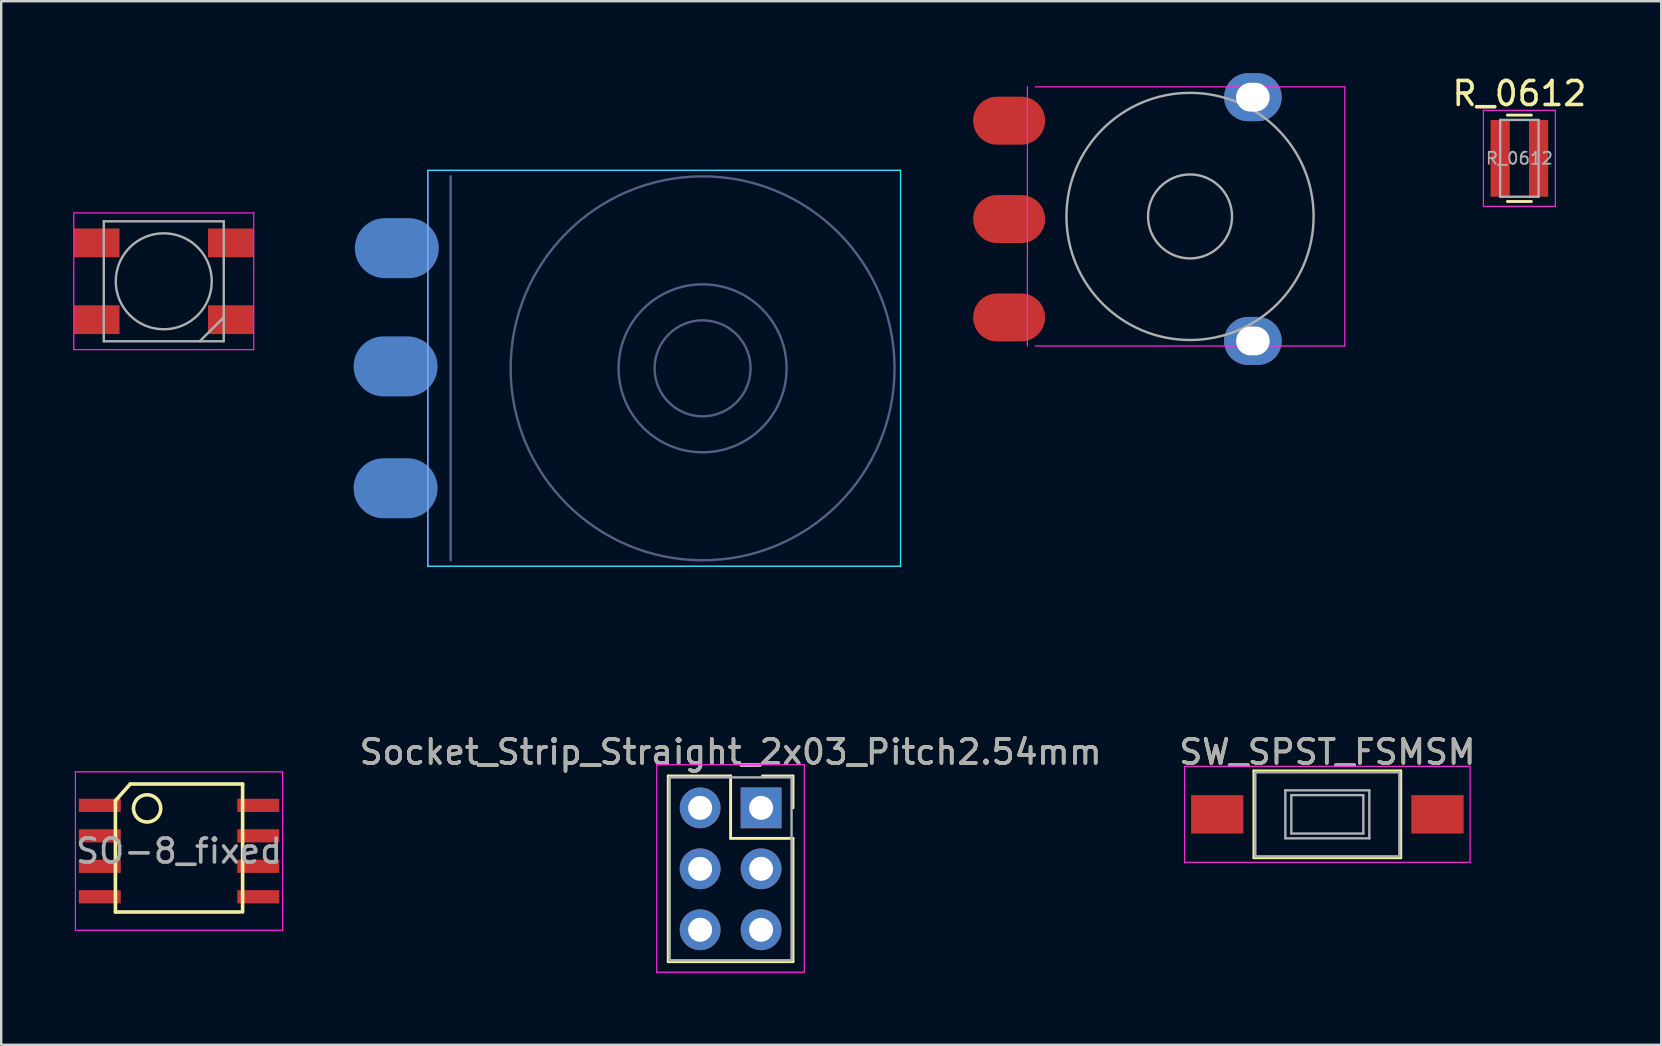
<source format=kicad_pcb>
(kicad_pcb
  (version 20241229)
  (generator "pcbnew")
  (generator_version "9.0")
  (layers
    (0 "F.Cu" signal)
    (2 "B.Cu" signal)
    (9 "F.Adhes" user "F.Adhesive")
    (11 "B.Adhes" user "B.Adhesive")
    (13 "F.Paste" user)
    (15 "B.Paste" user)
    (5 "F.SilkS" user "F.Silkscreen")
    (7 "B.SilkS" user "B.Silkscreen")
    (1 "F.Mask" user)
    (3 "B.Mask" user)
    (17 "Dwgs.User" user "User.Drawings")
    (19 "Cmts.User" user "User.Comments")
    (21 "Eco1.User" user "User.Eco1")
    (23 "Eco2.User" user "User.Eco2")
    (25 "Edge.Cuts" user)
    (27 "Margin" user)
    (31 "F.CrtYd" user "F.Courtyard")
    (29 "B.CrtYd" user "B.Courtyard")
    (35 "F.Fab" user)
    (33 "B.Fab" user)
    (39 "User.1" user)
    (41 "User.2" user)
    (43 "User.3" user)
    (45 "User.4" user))
  (footprint "Socket_Strip_Straight_2x03_Pitch2.54mm"
    (layer "F.Cu")
    (at 28.669 30.619)
    (property "Reference" "Socket_Strip_Straight_2x03_Pitch2.54mm" (at -1.27 -2.33 0) (layer "F.SilkS") (effects (font (size 1 1) (thickness 0.15))))
    (attr through_hole)
    (fp_line (start -3.87 -1.33) (end -1.27 -1.33) (stroke (width 0.12) (type solid)) (layer "F.SilkS"))
    (fp_line (start -3.87 6.41) (end -3.87 -1.33) (stroke (width 0.12) (type solid)) (layer "F.SilkS"))
    (fp_line (start -1.27 -1.33) (end -1.27 1.27) (stroke (width 0.12) (type solid)) (layer "F.SilkS"))
    (fp_line (start -1.27 1.27) (end 1.33 1.27) (stroke (width 0.12) (type solid)) (layer "F.SilkS"))
    (fp_line (start 1.33 -1.33) (end 0.06 -1.33) (stroke (width 0.12) (type solid)) (layer "F.SilkS"))
    (fp_line (start 1.33 0) (end 1.33 -1.33) (stroke (width 0.12) (type solid)) (layer "F.SilkS"))
    (fp_line (start 1.33 1.27) (end 1.33 6.41) (stroke (width 0.12) (type solid)) (layer "F.SilkS"))
    (fp_line (start 1.33 6.41) (end -3.87 6.41) (stroke (width 0.12) (type solid)) (layer "F.SilkS"))
    (fp_line (start -4.35 -1.8) (end -4.35 6.85) (stroke (width 0.05) (type solid)) (layer "F.CrtYd"))
    (fp_line (start -4.35 6.85) (end 1.8 6.85) (stroke (width 0.05) (type solid)) (layer "F.CrtYd"))
    (fp_line (start 1.8 -1.8) (end -4.35 -1.8) (stroke (width 0.05) (type solid)) (layer "F.CrtYd"))
    (fp_line (start 1.8 6.85) (end 1.8 -1.8) (stroke (width 0.05) (type solid)) (layer "F.CrtYd"))
    (fp_line (start -3.81 -1.27) (end -3.81 6.35) (stroke (width 0.1) (type solid)) (layer "F.Fab"))
    (fp_line (start -3.81 6.35) (end 1.27 6.35) (stroke (width 0.1) (type solid)) (layer "F.Fab"))
    (fp_line (start 1.27 -1.27) (end -3.81 -1.27) (stroke (width 0.1) (type solid)) (layer "F.Fab"))
    (fp_line (start 1.27 6.35) (end 1.27 -1.27) (stroke (width 0.1) (type solid)) (layer "F.Fab"))
    (fp_text user "${REFERENCE}" (at -1.27 -2.33 0) (layer "F.Fab") (effects (font (size 1 1) (thickness 0.15))))
    (pad "1" thru_hole rect (at 0 0) (size 1.7 1.7) (drill 1) (layers "*.Cu" "*.Mask"))
    (pad "2" thru_hole oval (at -2.54 0) (size 1.7 1.7) (drill 1) (layers "*.Cu" "*.Mask"))
    (pad "3" thru_hole oval (at 0 2.54) (size 1.7 1.7) (drill 1) (layers "*.Cu" "*.Mask"))
    (pad "4" thru_hole oval (at -2.54 2.54) (size 1.7 1.7) (drill 1) (layers "*.Cu" "*.Mask"))
    (pad "5" thru_hole oval (at 0 5.08) (size 1.7 1.7) (drill 1) (layers "*.Cu" "*.Mask"))
    (pad "6" thru_hole oval (at -2.54 5.08) (size 1.7 1.7) (drill 1) (layers "*.Cu" "*.Mask")))
  (footprint "SO-8_fixed"
    (layer "F.Cu")
    (at 4.411 32.419)
    (property "Reference" "SO-8_fixed" (at 0 -4.13 0) (layer "Eco2.User") (effects (font (size 1 1) (thickness 0.15))))
    (attr smd)
    (fp_line (start -2.65 -2.1) (end -2.032 -2.794) (stroke (width 0.15) (type solid)) (layer "F.SilkS"))
    (fp_line (start -2.65 2.54) (end -2.65 -2.1) (stroke (width 0.15) (type solid)) (layer "F.SilkS"))
    (fp_line (start -2.032 -2.794) (end 2.65 -2.794) (stroke (width 0.15) (type solid)) (layer "F.SilkS"))
    (fp_line (start 2.54 2.54) (end -2.65 2.54) (stroke (width 0.15) (type solid)) (layer "F.SilkS"))
    (fp_line (start 2.65 -2.794) (end 2.65 2.54) (stroke (width 0.15) (type solid)) (layer "F.SilkS"))
    (fp_circle (center -1.33 -1.778) (end -0.822 -1.524) (stroke (width 0.15) (type solid)) (fill no) (layer "F.SilkS"))
    (fp_line (start -4.318 -3.302) (end -4.318 3.302) (stroke (width 0.05) (type solid)) (layer "F.CrtYd"))
    (fp_line (start -4.318 -3.302) (end 4.318 -3.302) (stroke (width 0.05) (type solid)) (layer "F.CrtYd"))
    (fp_line (start -4.318 3.302) (end 4.318 3.302) (stroke (width 0.05) (type solid)) (layer "F.CrtYd"))
    (fp_line (start 4.318 -3.302) (end 4.318 3.302) (stroke (width 0.05) (type solid)) (layer "F.CrtYd"))
    (fp_text user "${REFERENCE}" (at 0 0 0) (layer "F.Fab") (effects (font (size 1 1) (thickness 0.15))))
    (pad "1" smd rect (at -3.302 -1.905) (size 1.75 0.55) (layers "F.Cu" "F.Mask" "F.Paste"))
    (pad "2" smd rect (at -3.302 -0.635) (size 1.75 0.55) (layers "F.Cu" "F.Mask" "F.Paste"))
    (pad "3" smd rect (at -3.302 0.635) (size 1.75 0.55) (layers "F.Cu" "F.Mask" "F.Paste"))
    (pad "4" smd rect (at -3.302 1.905) (size 1.75 0.55) (layers "F.Cu" "F.Mask" "F.Paste"))
    (pad "5" smd rect (at 3.302 1.905) (size 1.75 0.55) (layers "F.Cu" "F.Mask" "F.Paste"))
    (pad "6" smd rect (at 3.302 0.635) (size 1.75 0.55) (layers "F.Cu" "F.Mask" "F.Paste"))
    (pad "7" smd rect (at 3.302 -0.635) (size 1.75 0.55) (layers "F.Cu" "F.Mask" "F.Paste"))
    (pad "8" smd rect (at 3.302 -1.905) (size 1.75 0.55) (layers "F.Cu" "F.Mask" "F.Paste")))
  (footprint "Potentiometer_backPads_noHole"
    (layer "F.Cu")
    (at 16.231 17.3)
    (property "Reference" "Potentiometer_backPads_noHole" (at 15.24 -5.08 90) (layer "Eco2.User") (effects (font (size 1 1) (thickness 0.15))))
    (attr through_hole)
    (fp_line (start -1.45 -13.25) (end -1.45 3.25) (stroke (width 0.05) (type solid)) (layer "B.CrtYd"))
    (fp_line (start -1.45 3.25) (end 18.25 3.25) (stroke (width 0.05) (type solid)) (layer "B.CrtYd"))
    (fp_line (start 18.25 -13.25) (end -1.45 -13.25) (stroke (width 0.05) (type solid)) (layer "B.CrtYd"))
    (fp_line (start 18.25 3.25) (end 18.25 -13.25) (stroke (width 0.05) (type solid)) (layer "B.CrtYd"))
    (fp_line (start -1.45 -13.25) (end -1.45 3.25) (stroke (width 0.05) (type solid)) (layer "F.CrtYd"))
    (fp_line (start -1.45 3.25) (end 18.25 3.25) (stroke (width 0.05) (type solid)) (layer "F.CrtYd"))
    (fp_line (start 18.25 -13.25) (end -1.45 -13.25) (stroke (width 0.05) (type solid)) (layer "F.CrtYd"))
    (fp_line (start 18.25 3.25) (end 18.25 -13.25) (stroke (width 0.05) (type solid)) (layer "F.CrtYd"))
    (fp_line (start -0.5 -13) (end -0.5 3) (stroke (width 0.1) (type solid)) (layer "B.Fab"))
    (fp_circle (center 10 -5) (end 12 -5) (stroke (width 0.1) (type solid)) (fill no) (layer "B.Fab"))
    (fp_circle (center 10 -5) (end 13.5 -5) (stroke (width 0.1) (type solid)) (fill no) (layer "B.Fab"))
    (fp_circle (center 10 -5) (end 18 -5) (stroke (width 0.1) (type solid)) (fill no) (layer "B.Fab"))
    (pad "1" smd oval (at -2.794 0) (size 3.5 2.5) (layers "B.Cu" "B.Mask" "B.Paste"))
    (pad "2" smd oval (at -2.794 -5.08) (size 3.5 2.5) (layers "B.Cu" "B.Mask" "B.Paste"))
    (pad "3" smd oval (at -2.743 -10.008) (size 3.5 2.5) (layers "B.Cu" "B.Mask" "B.Paste")))
  (footprint "Potentiometer_wheel"
    (layer "F.Cu")
    (at 46.626 6.08)
    (property "Reference" "Potentiometer_wheel" (at -0.08 -2.54 0) (layer "Eco2.User") (effects (font (size 1 1) (thickness 0.15))))
    (attr through_hole)
    (fp_line (start -6.858 -5.51) (end -6.858 5.29) (stroke (width 0.05) (type solid)) (layer "F.CrtYd"))
    (fp_line (start -6.53 5.29) (end 6.37 5.29) (stroke (width 0.05) (type solid)) (layer "F.CrtYd"))
    (fp_line (start 6.37 -5.51) (end -6.53 -5.51) (stroke (width 0.05) (type solid)) (layer "F.CrtYd"))
    (fp_line (start 6.37 5.29) (end 6.37 -5.51) (stroke (width 0.05) (type solid)) (layer "F.CrtYd"))
    (fp_circle (center -0.08 -0.11) (end 1.67 -0.11) (stroke (width 0.1) (type solid)) (fill no) (layer "F.Fab"))
    (fp_circle (center -0.08 -0.11) (end 5.07 -0.11) (stroke (width 0.1) (type solid)) (fill no) (layer "F.Fab"))
    (pad "" thru_hole oval (at 2.54 -5.08) (size 2.4 2) (drill oval 1.4 1.2) (layers "*.Cu" "*.Mask"))
    (pad "" thru_hole oval (at 2.54 5.08) (size 2.4 2) (drill oval 1.4 1.2) (layers "*.Cu" "*.Mask"))
    (pad "1" smd oval (at -7.62 4.1) (size 3 2) (layers "F.Cu" "F.Mask" "F.Paste"))
    (pad "2" smd oval (at -7.62 0) (size 3 2) (layers "F.Cu" "F.Mask" "F.Paste"))
    (pad "3" smd oval (at -7.62 -4.1) (size 3 2) (layers "F.Cu" "F.Mask" "F.Paste")))
  (footprint "Mixtape_NEO_WS2812B"
    (layer "F.Cu")
    (at 3.775 8.673)
    (property "Reference" "Mixtape_NEO_WS2812B" (at 4.064 0 90) (layer "Eco2.User") (effects (font (size 1 1) (thickness 0.15))))
    (attr smd)
    (fp_line (start -3.75 -2.85) (end -3.75 2.85) (stroke (width 0.05) (type solid)) (layer "F.CrtYd"))
    (fp_line (start -3.75 2.85) (end 3.75 2.85) (stroke (width 0.05) (type solid)) (layer "F.CrtYd"))
    (fp_line (start 3.75 -2.85) (end -3.75 -2.85) (stroke (width 0.05) (type solid)) (layer "F.CrtYd"))
    (fp_line (start 3.75 2.85) (end 3.75 -2.85) (stroke (width 0.05) (type solid)) (layer "F.CrtYd"))
    (fp_line (start -2.5 -2.5) (end -2.5 2.5) (stroke (width 0.1) (type solid)) (layer "F.Fab"))
    (fp_line (start -2.5 2.5) (end 2.5 2.5) (stroke (width 0.1) (type solid)) (layer "F.Fab"))
    (fp_line (start 2.5 -2.5) (end -2.5 -2.5) (stroke (width 0.1) (type solid)) (layer "F.Fab"))
    (fp_line (start 2.5 1.5) (end 1.5 2.5) (stroke (width 0.1) (type solid)) (layer "F.Fab"))
    (fp_line (start 2.5 2.5) (end 2.5 -2.5) (stroke (width 0.1) (type solid)) (layer "F.Fab"))
    (fp_circle (center 0 0) (end 0 -2) (stroke (width 0.1) (type solid)) (fill no) (layer "F.Fab"))
    (pad "1" smd rect (at -2.794 -1.6) (size 1.9 1.2) (layers "F.Cu" "F.Mask" "F.Paste"))
    (pad "2" smd rect (at -2.794 1.6) (size 1.9 1.2) (layers "F.Cu" "F.Mask" "F.Paste"))
    (pad "3" smd rect (at 2.794 1.6) (size 1.9 1.2) (layers "F.Cu" "F.Mask" "F.Paste"))
    (pad "4" smd rect (at 2.794 -1.6) (size 1.9 1.2) (layers "F.Cu" "F.Mask" "F.Paste")))
  (footprint "R_0612"
    (layer "F.Cu")
    (at 60.272 3.548)
    (property "Reference" "R_0612" (at 0 -2.7 0) (layer "F.SilkS") (effects (font (size 1 1) (thickness 0.15))))
    (attr smd)
    (fp_line (start -0.5 -1.8) (end 0.5 -1.8) (stroke (width 0.12) (type solid)) (layer "F.SilkS"))
    (fp_line (start 0.5 1.8) (end -0.5 1.8) (stroke (width 0.12) (type solid)) (layer "F.SilkS"))
    (fp_line (start -1.5 -2) (end -1.5 2) (stroke (width 0.05) (type solid)) (layer "F.CrtYd"))
    (fp_line (start -1.5 -2) (end 1.5 -2) (stroke (width 0.05) (type solid)) (layer "F.CrtYd"))
    (fp_line (start -1.5 2) (end 1.5 2) (stroke (width 0.05) (type solid)) (layer "F.CrtYd"))
    (fp_line (start 1.5 -2) (end 1.5 2) (stroke (width 0.05) (type solid)) (layer "F.CrtYd"))
    (fp_line (start -0.8 -1.6) (end 0.8 -1.6) (stroke (width 0.1) (type solid)) (layer "F.Fab"))
    (fp_line (start -0.8 1.6) (end -0.8 -1.6) (stroke (width 0.1) (type solid)) (layer "F.Fab"))
    (fp_line (start 0.8 -1.6) (end 0.8 1.6) (stroke (width 0.1) (type solid)) (layer "F.Fab"))
    (fp_line (start 0.8 1.6) (end -0.8 1.6) (stroke (width 0.1) (type solid)) (layer "F.Fab"))
    (fp_text user "${REFERENCE}" (at 0 0 0) (layer "F.Fab") (effects (font (size 0.5 0.5) (thickness 0.075))))
    (pad "1" smd rect (at -0.8 0) (size 0.8 3.2) (layers "F.Cu" "F.Mask" "F.Paste"))
    (pad "2" smd rect (at 0.8 0) (size 0.8 3.2) (layers "F.Cu" "F.Mask" "F.Paste")))
  (footprint "SW_SPST_FSMSM"
    (layer "F.Cu")
    (at 52.268 30.889)
    (property "Reference" "SW_SPST_FSMSM" (at 0 -2.6 0) (layer "F.SilkS") (effects (font (size 1 1) (thickness 0.15))))
    (attr smd)
    (fp_line (start -3.06 -1.81) (end 3.06 -1.81) (stroke (width 0.12) (type solid)) (layer "F.SilkS"))
    (fp_line (start -3.06 1.81) (end -3.06 -1.81) (stroke (width 0.12) (type solid)) (layer "F.SilkS"))
    (fp_line (start 3.06 -1.81) (end 3.06 1.81) (stroke (width 0.12) (type solid)) (layer "F.SilkS"))
    (fp_line (start 3.06 1.81) (end -3.06 1.81) (stroke (width 0.12) (type solid)) (layer "F.SilkS"))
    (fp_line (start -5.95 -2) (end -5.95 2) (stroke (width 0.05) (type solid)) (layer "F.CrtYd"))
    (fp_line (start -5.95 -2) (end 5.95 -2) (stroke (width 0.05) (type solid)) (layer "F.CrtYd"))
    (fp_line (start -5.95 2) (end 5.95 2) (stroke (width 0.05) (type solid)) (layer "F.CrtYd"))
    (fp_line (start 5.95 -2) (end 5.95 2) (stroke (width 0.05) (type solid)) (layer "F.CrtYd"))
    (fp_line (start -3 -1.75) (end -3 1.75) (stroke (width 0.1) (type solid)) (layer "F.Fab"))
    (fp_line (start -3 -1.75) (end 3 -1.75) (stroke (width 0.1) (type solid)) (layer "F.Fab"))
    (fp_line (start -3 1.75) (end 3 1.75) (stroke (width 0.1) (type solid)) (layer "F.Fab"))
    (fp_line (start -1.75 -1) (end 1.75 -1) (stroke (width 0.1) (type solid)) (layer "F.Fab"))
    (fp_line (start -1.75 1) (end -1.75 -1) (stroke (width 0.1) (type solid)) (layer "F.Fab"))
    (fp_line (start -1.5 -0.8) (end -1.5 0.8) (stroke (width 0.1) (type solid)) (layer "F.Fab"))
    (fp_line (start -1.5 -0.8) (end 1.5 -0.8) (stroke (width 0.1) (type solid)) (layer "F.Fab"))
    (fp_line (start -1.5 0.8) (end 1.5 0.8) (stroke (width 0.1) (type solid)) (layer "F.Fab"))
    (fp_line (start 1.5 -0.8) (end 1.5 0.8) (stroke (width 0.1) (type solid)) (layer "F.Fab"))
    (fp_line (start 1.75 -1) (end 1.75 1) (stroke (width 0.1) (type solid)) (layer "F.Fab"))
    (fp_line (start 1.75 1) (end -1.75 1) (stroke (width 0.1) (type solid)) (layer "F.Fab"))
    (fp_line (start 3 -1.75) (end 3 1.75) (stroke (width 0.1) (type solid)) (layer "F.Fab"))
    (fp_text user "${REFERENCE}" (at 0 -2.6 0) (layer "F.Fab") (effects (font (size 1 1) (thickness 0.15))))
    (pad "1" smd rect (at -4.59 0) (size 2.18 1.6) (layers "F.Cu" "F.Mask" "F.Paste"))
    (pad "2" smd rect (at 4.59 0) (size 2.18 1.6) (layers "F.Cu" "F.Mask" "F.Paste")))
  (gr_rect
    (start -3 -3)
    (end 66.183 40.494)
    (stroke (width 0.1) (type default))
    (fill no)
    (layer "Edge.Cuts")))
</source>
